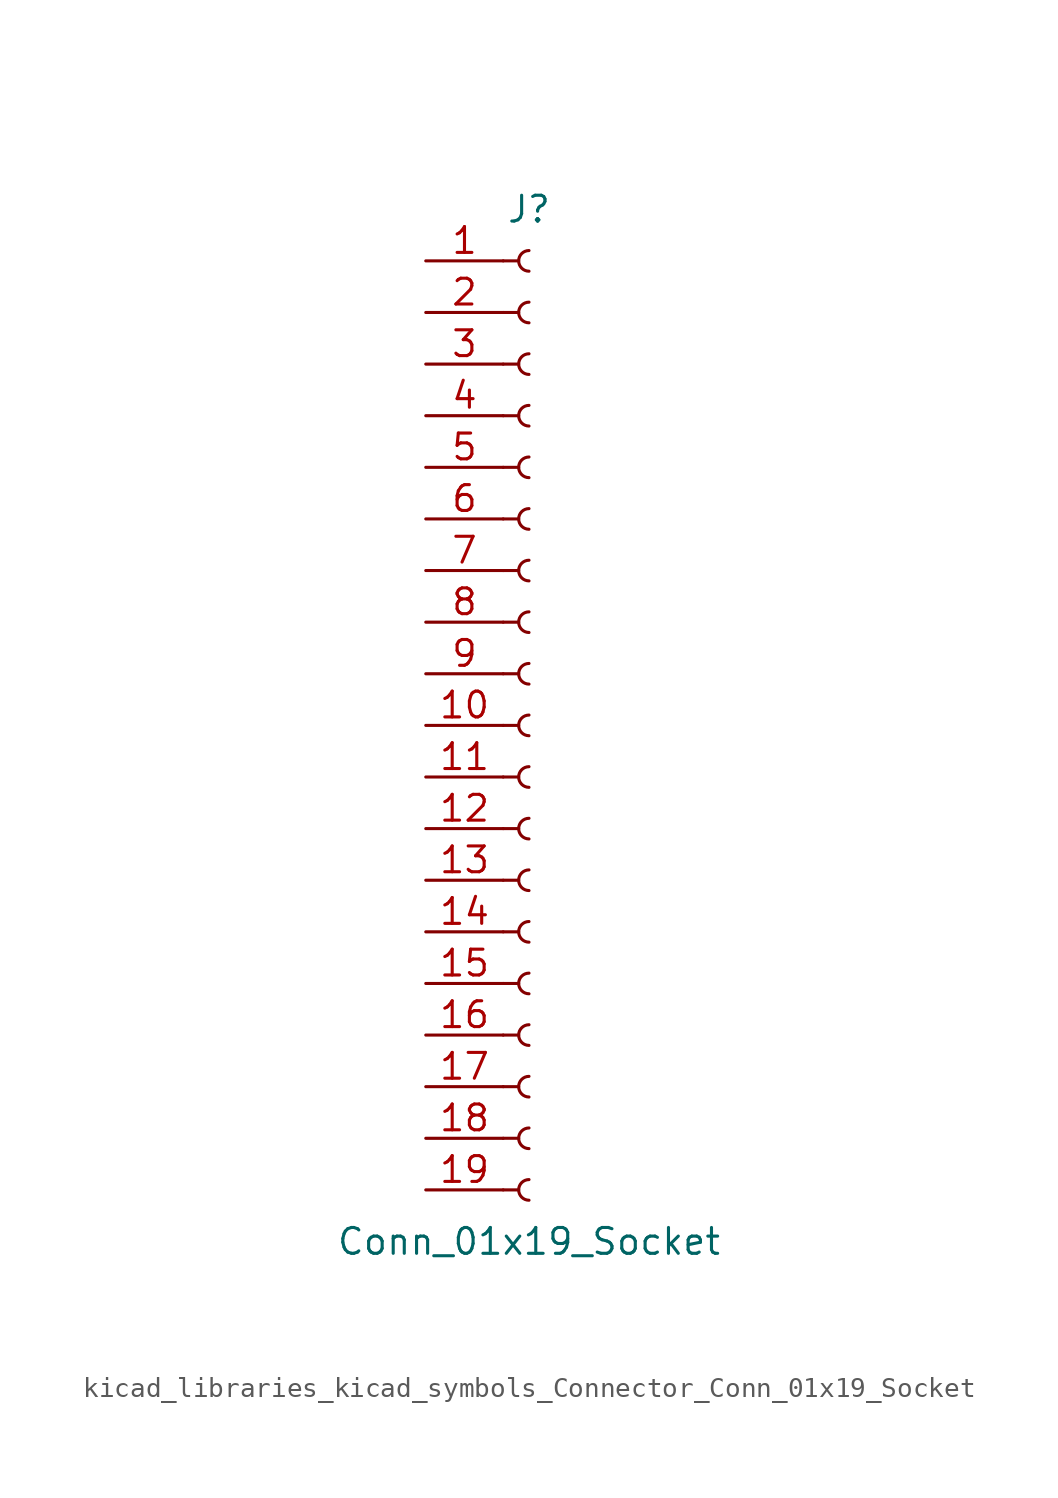
<source format=kicad_sym>
(kicad_symbol_lib
  (version 20220914)
  (generator kicad_symbol_editor)
  (symbol "kicad_libraries_kicad_symbols_Connector_Conn_01x19_Socket"
    (pin_names
      (offset 1.016) hide)
    (property "Reference" "J"
      (at 0 25.4 0)
      (effects (font (size 1.27 1.27))))
    (property "Value" "Conn_01x19_Socket"
      (at 0 -25.4 0)
      (effects (font (size 1.27 1.27))))
    (property "ki_locked" ""
      (at 0 0 0)
      (effects (font (size 1.27 1.27))))
    (symbol "kicad_libraries_kicad_symbols_Connector_Conn_01x19_Socket_1_1"
      (arc (start 0 -22.352) (mid -0.5058 -22.86) (end 0 -23.368) (stroke (width 0.1524) (type default)) (fill (type none)))
      (arc (start 0 -19.812) (mid -0.5058 -20.32) (end 0 -20.828) (stroke (width 0.1524) (type default)) (fill (type none)))
      (arc (start 0 -17.272) (mid -0.5058 -17.78) (end 0 -18.288) (stroke (width 0.1524) (type default)) (fill (type none)))
      (arc (start 0 -14.732) (mid -0.5058 -15.24) (end 0 -15.748) (stroke (width 0.1524) (type default)) (fill (type none)))
      (arc (start 0 -12.192) (mid -0.5058 -12.7) (end 0 -13.208) (stroke (width 0.1524) (type default)) (fill (type none)))
      (arc (start 0 -9.652) (mid -0.5058 -10.16) (end 0 -10.668) (stroke (width 0.1524) (type default)) (fill (type none)))
      (arc (start 0 -7.112) (mid -0.5058 -7.62) (end 0 -8.128) (stroke (width 0.1524) (type default)) (fill (type none)))
      (arc (start 0 -4.572) (mid -0.5058 -5.08) (end 0 -5.588) (stroke (width 0.1524) (type default)) (fill (type none)))
      (arc (start 0 -2.032) (mid -0.5058 -2.54) (end 0 -3.048) (stroke (width 0.1524) (type default)) (fill (type none)))
      (polyline (pts (xy -1.27 -22.86) (xy -0.508 -22.86)) (stroke (width 0.152) (type default)) (fill (type none)))
      (polyline (pts (xy -1.27 -20.32) (xy -0.508 -20.32)) (stroke (width 0.152) (type default)) (fill (type none)))
      (polyline (pts (xy -1.27 -17.78) (xy -0.508 -17.78)) (stroke (width 0.152) (type default)) (fill (type none)))
      (polyline (pts (xy -1.27 -15.24) (xy -0.508 -15.24)) (stroke (width 0.152) (type default)) (fill (type none)))
      (polyline (pts (xy -1.27 -12.7) (xy -0.508 -12.7)) (stroke (width 0.152) (type default)) (fill (type none)))
      (polyline (pts (xy -1.27 -10.16) (xy -0.508 -10.16)) (stroke (width 0.152) (type default)) (fill (type none)))
      (polyline (pts (xy -1.27 -7.62) (xy -0.508 -7.62)) (stroke (width 0.152) (type default)) (fill (type none)))
      (polyline (pts (xy -1.27 -5.08) (xy -0.508 -5.08)) (stroke (width 0.152) (type default)) (fill (type none)))
      (polyline (pts (xy -1.27 -2.54) (xy -0.508 -2.54)) (stroke (width 0.152) (type default)) (fill (type none)))
      (polyline (pts (xy -1.27 0) (xy -0.508 0)) (stroke (width 0.152) (type default)) (fill (type none)))
      (polyline (pts (xy -1.27 2.54) (xy -0.508 2.54)) (stroke (width 0.152) (type default)) (fill (type none)))
      (polyline (pts (xy -1.27 5.08) (xy -0.508 5.08)) (stroke (width 0.152) (type default)) (fill (type none)))
      (polyline (pts (xy -1.27 7.62) (xy -0.508 7.62)) (stroke (width 0.152) (type default)) (fill (type none)))
      (polyline (pts (xy -1.27 10.16) (xy -0.508 10.16)) (stroke (width 0.152) (type default)) (fill (type none)))
      (polyline (pts (xy -1.27 12.7) (xy -0.508 12.7)) (stroke (width 0.152) (type default)) (fill (type none)))
      (polyline (pts (xy -1.27 15.24) (xy -0.508 15.24)) (stroke (width 0.152) (type default)) (fill (type none)))
      (polyline (pts (xy -1.27 17.78) (xy -0.508 17.78)) (stroke (width 0.152) (type default)) (fill (type none)))
      (polyline (pts (xy -1.27 20.32) (xy -0.508 20.32)) (stroke (width 0.152) (type default)) (fill (type none)))
      (polyline (pts (xy -1.27 22.86) (xy -0.508 22.86)) (stroke (width 0.152) (type default)) (fill (type none)))
      (arc (start 0 0.508) (mid -0.5058 0) (end 0 -0.508) (stroke (width 0.1524) (type default)) (fill (type none)))
      (arc (start 0 3.048) (mid -0.5058 2.54) (end 0 2.032) (stroke (width 0.1524) (type default)) (fill (type none)))
      (arc (start 0 5.588) (mid -0.5058 5.08) (end 0 4.572) (stroke (width 0.1524) (type default)) (fill (type none)))
      (arc (start 0 8.128) (mid -0.5058 7.62) (end 0 7.112) (stroke (width 0.1524) (type default)) (fill (type none)))
      (arc (start 0 10.668) (mid -0.5058 10.16) (end 0 9.652) (stroke (width 0.1524) (type default)) (fill (type none)))
      (arc (start 0 13.208) (mid -0.5058 12.7) (end 0 12.192) (stroke (width 0.1524) (type default)) (fill (type none)))
      (arc (start 0 15.748) (mid -0.5058 15.24) (end 0 14.732) (stroke (width 0.1524) (type default)) (fill (type none)))
      (arc (start 0 18.288) (mid -0.5058 17.78) (end 0 17.272) (stroke (width 0.1524) (type default)) (fill (type none)))
      (arc (start 0 20.828) (mid -0.5058 20.32) (end 0 19.812) (stroke (width 0.1524) (type default)) (fill (type none)))
      (arc (start 0 23.368) (mid -0.5058 22.86) (end 0 22.352) (stroke (width 0.1524) (type default)) (fill (type none)))
      (pin passive line (at -5.08 22.86 0) (length 3.81) (name "Pin_1" (effects (font (size 1.27 1.27)))) (number "1" (effects (font (size 1.27 1.27)))))
      (pin passive line (at -5.08 0 0) (length 3.81) (name "Pin_10" (effects (font (size 1.27 1.27)))) (number "10" (effects (font (size 1.27 1.27)))))
      (pin passive line (at -5.08 -2.54 0) (length 3.81) (name "Pin_11" (effects (font (size 1.27 1.27)))) (number "11" (effects (font (size 1.27 1.27)))))
      (pin passive line (at -5.08 -5.08 0) (length 3.81) (name "Pin_12" (effects (font (size 1.27 1.27)))) (number "12" (effects (font (size 1.27 1.27)))))
      (pin passive line (at -5.08 -7.62 0) (length 3.81) (name "Pin_13" (effects (font (size 1.27 1.27)))) (number "13" (effects (font (size 1.27 1.27)))))
      (pin passive line (at -5.08 -10.16 0) (length 3.81) (name "Pin_14" (effects (font (size 1.27 1.27)))) (number "14" (effects (font (size 1.27 1.27)))))
      (pin passive line (at -5.08 -12.7 0) (length 3.81) (name "Pin_15" (effects (font (size 1.27 1.27)))) (number "15" (effects (font (size 1.27 1.27)))))
      (pin passive line (at -5.08 -15.24 0) (length 3.81) (name "Pin_16" (effects (font (size 1.27 1.27)))) (number "16" (effects (font (size 1.27 1.27)))))
      (pin passive line (at -5.08 -17.78 0) (length 3.81) (name "Pin_17" (effects (font (size 1.27 1.27)))) (number "17" (effects (font (size 1.27 1.27)))))
      (pin passive line (at -5.08 -20.32 0) (length 3.81) (name "Pin_18" (effects (font (size 1.27 1.27)))) (number "18" (effects (font (size 1.27 1.27)))))
      (pin passive line (at -5.08 -22.86 0) (length 3.81) (name "Pin_19" (effects (font (size 1.27 1.27)))) (number "19" (effects (font (size 1.27 1.27)))))
      (pin passive line (at -5.08 20.32 0) (length 3.81) (name "Pin_2" (effects (font (size 1.27 1.27)))) (number "2" (effects (font (size 1.27 1.27)))))
      (pin passive line (at -5.08 17.78 0) (length 3.81) (name "Pin_3" (effects (font (size 1.27 1.27)))) (number "3" (effects (font (size 1.27 1.27)))))
      (pin passive line (at -5.08 15.24 0) (length 3.81) (name "Pin_4" (effects (font (size 1.27 1.27)))) (number "4" (effects (font (size 1.27 1.27)))))
      (pin passive line (at -5.08 12.7 0) (length 3.81) (name "Pin_5" (effects (font (size 1.27 1.27)))) (number "5" (effects (font (size 1.27 1.27)))))
      (pin passive line (at -5.08 10.16 0) (length 3.81) (name "Pin_6" (effects (font (size 1.27 1.27)))) (number "6" (effects (font (size 1.27 1.27)))))
      (pin passive line (at -5.08 7.62 0) (length 3.81) (name "Pin_7" (effects (font (size 1.27 1.27)))) (number "7" (effects (font (size 1.27 1.27)))))
      (pin passive line (at -5.08 5.08 0) (length 3.81) (name "Pin_8" (effects (font (size 1.27 1.27)))) (number "8" (effects (font (size 1.27 1.27)))))
      (pin passive line (at -5.08 2.54 0) (length 3.81) (name "Pin_9" (effects (font (size 1.27 1.27)))) (number "9" (effects (font (size 1.27 1.27))))))))
</source>
